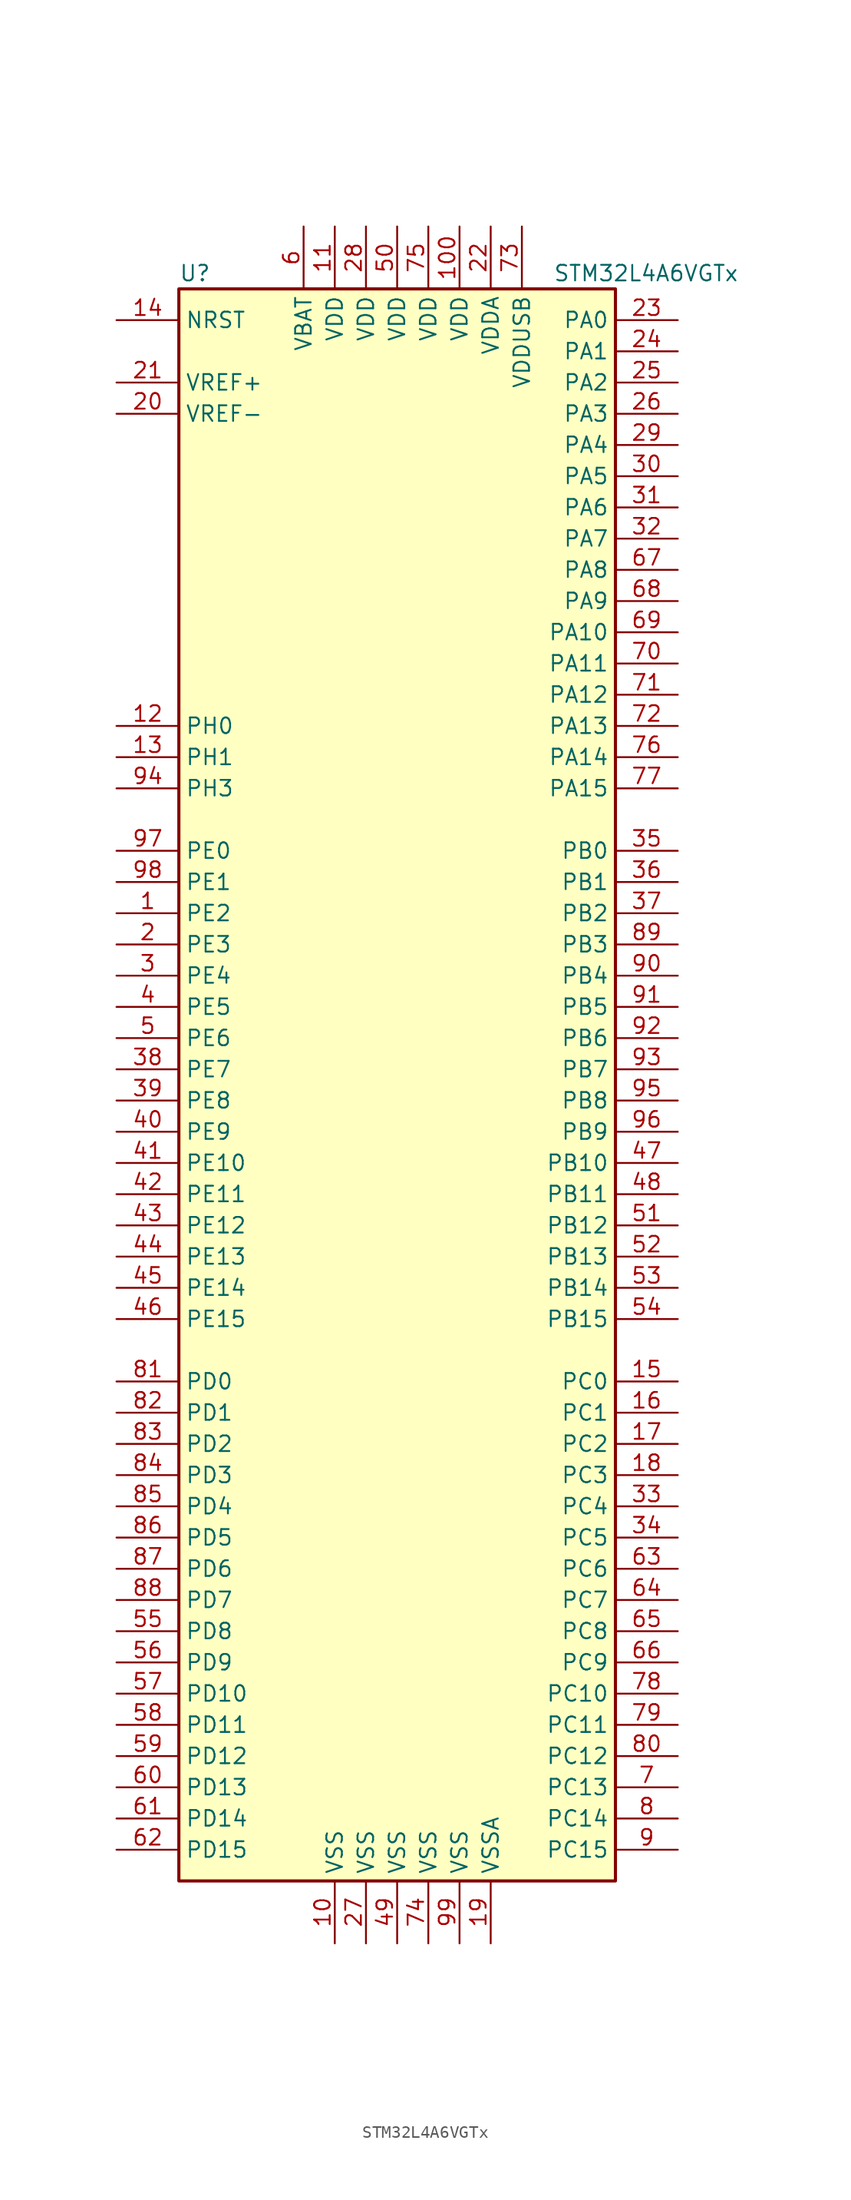
<source format=kicad_sym>
(kicad_symbol_lib
  (version 20220914)
  (generator kicad_symbol_editor)
  (symbol "STM32L4A6VGTx"
    (property "Reference" "U"
      (at -17.78 64.77 0)
      (effects (font (size 1.27 1.27)) (justify left)))
    (property "Value" "STM32L4A6VGTx"
      (at 12.7 64.77 0)
      (effects (font (size 1.27 1.27)) (justify left)))
    (symbol "STM32L4A6VGTx_0_1"
      (rectangle (start -17.78 -66.04) (end 17.78 63.5) (stroke (width 0.254) (type default)) (fill (type background))))
    (symbol "STM32L4A6VGTx_1_1"
      (pin bidirectional line (at -22.86 12.7 0) (length 5.08) (name "PE2" (effects (font (size 1.27 1.27)))) (number "1" (effects (font (size 1.27 1.27)))))
      (pin power_in line (at -5.08 -71.12 90) (length 5.08) (name "VSS" (effects (font (size 1.27 1.27)))) (number "10" (effects (font (size 1.27 1.27)))))
      (pin power_in line (at 5.08 68.58 270) (length 5.08) (name "VDD" (effects (font (size 1.27 1.27)))) (number "100" (effects (font (size 1.27 1.27)))))
      (pin power_in line (at -5.08 68.58 270) (length 5.08) (name "VDD" (effects (font (size 1.27 1.27)))) (number "11" (effects (font (size 1.27 1.27)))))
      (pin input line (at -22.86 27.94 0) (length 5.08) (name "PH0" (effects (font (size 1.27 1.27)))) (number "12" (effects (font (size 1.27 1.27)))))
      (pin input line (at -22.86 25.4 0) (length 5.08) (name "PH1" (effects (font (size 1.27 1.27)))) (number "13" (effects (font (size 1.27 1.27)))))
      (pin input line (at -22.86 60.96 0) (length 5.08) (name "NRST" (effects (font (size 1.27 1.27)))) (number "14" (effects (font (size 1.27 1.27)))))
      (pin bidirectional line (at 22.86 -25.4 180) (length 5.08) (name "PC0" (effects (font (size 1.27 1.27)))) (number "15" (effects (font (size 1.27 1.27)))))
      (pin bidirectional line (at 22.86 -27.94 180) (length 5.08) (name "PC1" (effects (font (size 1.27 1.27)))) (number "16" (effects (font (size 1.27 1.27)))))
      (pin bidirectional line (at 22.86 -30.48 180) (length 5.08) (name "PC2" (effects (font (size 1.27 1.27)))) (number "17" (effects (font (size 1.27 1.27)))))
      (pin bidirectional line (at 22.86 -33.02 180) (length 5.08) (name "PC3" (effects (font (size 1.27 1.27)))) (number "18" (effects (font (size 1.27 1.27)))))
      (pin power_in line (at 7.62 -71.12 90) (length 5.08) (name "VSSA" (effects (font (size 1.27 1.27)))) (number "19" (effects (font (size 1.27 1.27)))))
      (pin bidirectional line (at -22.86 10.16 0) (length 5.08) (name "PE3" (effects (font (size 1.27 1.27)))) (number "2" (effects (font (size 1.27 1.27)))))
      (pin power_in line (at -22.86 53.34 0) (length 5.08) (name "VREF-" (effects (font (size 1.27 1.27)))) (number "20" (effects (font (size 1.27 1.27)))))
      (pin bidirectional line (at -22.86 55.88 0) (length 5.08) (name "VREF+" (effects (font (size 1.27 1.27)))) (number "21" (effects (font (size 1.27 1.27)))))
      (pin power_in line (at 7.62 68.58 270) (length 5.08) (name "VDDA" (effects (font (size 1.27 1.27)))) (number "22" (effects (font (size 1.27 1.27)))))
      (pin bidirectional line (at 22.86 60.96 180) (length 5.08) (name "PA0" (effects (font (size 1.27 1.27)))) (number "23" (effects (font (size 1.27 1.27)))))
      (pin bidirectional line (at 22.86 58.42 180) (length 5.08) (name "PA1" (effects (font (size 1.27 1.27)))) (number "24" (effects (font (size 1.27 1.27)))))
      (pin bidirectional line (at 22.86 55.88 180) (length 5.08) (name "PA2" (effects (font (size 1.27 1.27)))) (number "25" (effects (font (size 1.27 1.27)))))
      (pin bidirectional line (at 22.86 53.34 180) (length 5.08) (name "PA3" (effects (font (size 1.27 1.27)))) (number "26" (effects (font (size 1.27 1.27)))))
      (pin power_in line (at -2.54 -71.12 90) (length 5.08) (name "VSS" (effects (font (size 1.27 1.27)))) (number "27" (effects (font (size 1.27 1.27)))))
      (pin power_in line (at -2.54 68.58 270) (length 5.08) (name "VDD" (effects (font (size 1.27 1.27)))) (number "28" (effects (font (size 1.27 1.27)))))
      (pin bidirectional line (at 22.86 50.8 180) (length 5.08) (name "PA4" (effects (font (size 1.27 1.27)))) (number "29" (effects (font (size 1.27 1.27)))))
      (pin bidirectional line (at -22.86 7.62 0) (length 5.08) (name "PE4" (effects (font (size 1.27 1.27)))) (number "3" (effects (font (size 1.27 1.27)))))
      (pin bidirectional line (at 22.86 48.26 180) (length 5.08) (name "PA5" (effects (font (size 1.27 1.27)))) (number "30" (effects (font (size 1.27 1.27)))))
      (pin bidirectional line (at 22.86 45.72 180) (length 5.08) (name "PA6" (effects (font (size 1.27 1.27)))) (number "31" (effects (font (size 1.27 1.27)))))
      (pin bidirectional line (at 22.86 43.18 180) (length 5.08) (name "PA7" (effects (font (size 1.27 1.27)))) (number "32" (effects (font (size 1.27 1.27)))))
      (pin bidirectional line (at 22.86 -35.56 180) (length 5.08) (name "PC4" (effects (font (size 1.27 1.27)))) (number "33" (effects (font (size 1.27 1.27)))))
      (pin bidirectional line (at 22.86 -38.1 180) (length 5.08) (name "PC5" (effects (font (size 1.27 1.27)))) (number "34" (effects (font (size 1.27 1.27)))))
      (pin bidirectional line (at 22.86 17.78 180) (length 5.08) (name "PB0" (effects (font (size 1.27 1.27)))) (number "35" (effects (font (size 1.27 1.27)))))
      (pin bidirectional line (at 22.86 15.24 180) (length 5.08) (name "PB1" (effects (font (size 1.27 1.27)))) (number "36" (effects (font (size 1.27 1.27)))))
      (pin bidirectional line (at 22.86 12.7 180) (length 5.08) (name "PB2" (effects (font (size 1.27 1.27)))) (number "37" (effects (font (size 1.27 1.27)))))
      (pin bidirectional line (at -22.86 0 0) (length 5.08) (name "PE7" (effects (font (size 1.27 1.27)))) (number "38" (effects (font (size 1.27 1.27)))))
      (pin bidirectional line (at -22.86 -2.54 0) (length 5.08) (name "PE8" (effects (font (size 1.27 1.27)))) (number "39" (effects (font (size 1.27 1.27)))))
      (pin bidirectional line (at -22.86 5.08 0) (length 5.08) (name "PE5" (effects (font (size 1.27 1.27)))) (number "4" (effects (font (size 1.27 1.27)))))
      (pin bidirectional line (at -22.86 -5.08 0) (length 5.08) (name "PE9" (effects (font (size 1.27 1.27)))) (number "40" (effects (font (size 1.27 1.27)))))
      (pin bidirectional line (at -22.86 -7.62 0) (length 5.08) (name "PE10" (effects (font (size 1.27 1.27)))) (number "41" (effects (font (size 1.27 1.27)))))
      (pin bidirectional line (at -22.86 -10.16 0) (length 5.08) (name "PE11" (effects (font (size 1.27 1.27)))) (number "42" (effects (font (size 1.27 1.27)))))
      (pin bidirectional line (at -22.86 -12.7 0) (length 5.08) (name "PE12" (effects (font (size 1.27 1.27)))) (number "43" (effects (font (size 1.27 1.27)))))
      (pin bidirectional line (at -22.86 -15.24 0) (length 5.08) (name "PE13" (effects (font (size 1.27 1.27)))) (number "44" (effects (font (size 1.27 1.27)))))
      (pin bidirectional line (at -22.86 -17.78 0) (length 5.08) (name "PE14" (effects (font (size 1.27 1.27)))) (number "45" (effects (font (size 1.27 1.27)))))
      (pin bidirectional line (at -22.86 -20.32 0) (length 5.08) (name "PE15" (effects (font (size 1.27 1.27)))) (number "46" (effects (font (size 1.27 1.27)))))
      (pin bidirectional line (at 22.86 -7.62 180) (length 5.08) (name "PB10" (effects (font (size 1.27 1.27)))) (number "47" (effects (font (size 1.27 1.27)))))
      (pin bidirectional line (at 22.86 -10.16 180) (length 5.08) (name "PB11" (effects (font (size 1.27 1.27)))) (number "48" (effects (font (size 1.27 1.27)))))
      (pin power_in line (at 0 -71.12 90) (length 5.08) (name "VSS" (effects (font (size 1.27 1.27)))) (number "49" (effects (font (size 1.27 1.27)))))
      (pin bidirectional line (at -22.86 2.54 0) (length 5.08) (name "PE6" (effects (font (size 1.27 1.27)))) (number "5" (effects (font (size 1.27 1.27)))))
      (pin power_in line (at 0 68.58 270) (length 5.08) (name "VDD" (effects (font (size 1.27 1.27)))) (number "50" (effects (font (size 1.27 1.27)))))
      (pin bidirectional line (at 22.86 -12.7 180) (length 5.08) (name "PB12" (effects (font (size 1.27 1.27)))) (number "51" (effects (font (size 1.27 1.27)))))
      (pin bidirectional line (at 22.86 -15.24 180) (length 5.08) (name "PB13" (effects (font (size 1.27 1.27)))) (number "52" (effects (font (size 1.27 1.27)))))
      (pin bidirectional line (at 22.86 -17.78 180) (length 5.08) (name "PB14" (effects (font (size 1.27 1.27)))) (number "53" (effects (font (size 1.27 1.27)))))
      (pin bidirectional line (at 22.86 -20.32 180) (length 5.08) (name "PB15" (effects (font (size 1.27 1.27)))) (number "54" (effects (font (size 1.27 1.27)))))
      (pin bidirectional line (at -22.86 -45.72 0) (length 5.08) (name "PD8" (effects (font (size 1.27 1.27)))) (number "55" (effects (font (size 1.27 1.27)))))
      (pin bidirectional line (at -22.86 -48.26 0) (length 5.08) (name "PD9" (effects (font (size 1.27 1.27)))) (number "56" (effects (font (size 1.27 1.27)))))
      (pin bidirectional line (at -22.86 -50.8 0) (length 5.08) (name "PD10" (effects (font (size 1.27 1.27)))) (number "57" (effects (font (size 1.27 1.27)))))
      (pin bidirectional line (at -22.86 -53.34 0) (length 5.08) (name "PD11" (effects (font (size 1.27 1.27)))) (number "58" (effects (font (size 1.27 1.27)))))
      (pin bidirectional line (at -22.86 -55.88 0) (length 5.08) (name "PD12" (effects (font (size 1.27 1.27)))) (number "59" (effects (font (size 1.27 1.27)))))
      (pin power_in line (at -7.62 68.58 270) (length 5.08) (name "VBAT" (effects (font (size 1.27 1.27)))) (number "6" (effects (font (size 1.27 1.27)))))
      (pin bidirectional line (at -22.86 -58.42 0) (length 5.08) (name "PD13" (effects (font (size 1.27 1.27)))) (number "60" (effects (font (size 1.27 1.27)))))
      (pin bidirectional line (at -22.86 -60.96 0) (length 5.08) (name "PD14" (effects (font (size 1.27 1.27)))) (number "61" (effects (font (size 1.27 1.27)))))
      (pin bidirectional line (at -22.86 -63.5 0) (length 5.08) (name "PD15" (effects (font (size 1.27 1.27)))) (number "62" (effects (font (size 1.27 1.27)))))
      (pin bidirectional line (at 22.86 -40.64 180) (length 5.08) (name "PC6" (effects (font (size 1.27 1.27)))) (number "63" (effects (font (size 1.27 1.27)))))
      (pin bidirectional line (at 22.86 -43.18 180) (length 5.08) (name "PC7" (effects (font (size 1.27 1.27)))) (number "64" (effects (font (size 1.27 1.27)))))
      (pin bidirectional line (at 22.86 -45.72 180) (length 5.08) (name "PC8" (effects (font (size 1.27 1.27)))) (number "65" (effects (font (size 1.27 1.27)))))
      (pin bidirectional line (at 22.86 -48.26 180) (length 5.08) (name "PC9" (effects (font (size 1.27 1.27)))) (number "66" (effects (font (size 1.27 1.27)))))
      (pin bidirectional line (at 22.86 40.64 180) (length 5.08) (name "PA8" (effects (font (size 1.27 1.27)))) (number "67" (effects (font (size 1.27 1.27)))))
      (pin bidirectional line (at 22.86 38.1 180) (length 5.08) (name "PA9" (effects (font (size 1.27 1.27)))) (number "68" (effects (font (size 1.27 1.27)))))
      (pin bidirectional line (at 22.86 35.56 180) (length 5.08) (name "PA10" (effects (font (size 1.27 1.27)))) (number "69" (effects (font (size 1.27 1.27)))))
      (pin bidirectional line (at 22.86 -58.42 180) (length 5.08) (name "PC13" (effects (font (size 1.27 1.27)))) (number "7" (effects (font (size 1.27 1.27)))))
      (pin bidirectional line (at 22.86 33.02 180) (length 5.08) (name "PA11" (effects (font (size 1.27 1.27)))) (number "70" (effects (font (size 1.27 1.27)))))
      (pin bidirectional line (at 22.86 30.48 180) (length 5.08) (name "PA12" (effects (font (size 1.27 1.27)))) (number "71" (effects (font (size 1.27 1.27)))))
      (pin bidirectional line (at 22.86 27.94 180) (length 5.08) (name "PA13" (effects (font (size 1.27 1.27)))) (number "72" (effects (font (size 1.27 1.27)))))
      (pin power_in line (at 10.16 68.58 270) (length 5.08) (name "VDDUSB" (effects (font (size 1.27 1.27)))) (number "73" (effects (font (size 1.27 1.27)))))
      (pin power_in line (at 2.54 -71.12 90) (length 5.08) (name "VSS" (effects (font (size 1.27 1.27)))) (number "74" (effects (font (size 1.27 1.27)))))
      (pin power_in line (at 2.54 68.58 270) (length 5.08) (name "VDD" (effects (font (size 1.27 1.27)))) (number "75" (effects (font (size 1.27 1.27)))))
      (pin bidirectional line (at 22.86 25.4 180) (length 5.08) (name "PA14" (effects (font (size 1.27 1.27)))) (number "76" (effects (font (size 1.27 1.27)))))
      (pin bidirectional line (at 22.86 22.86 180) (length 5.08) (name "PA15" (effects (font (size 1.27 1.27)))) (number "77" (effects (font (size 1.27 1.27)))))
      (pin bidirectional line (at 22.86 -50.8 180) (length 5.08) (name "PC10" (effects (font (size 1.27 1.27)))) (number "78" (effects (font (size 1.27 1.27)))))
      (pin bidirectional line (at 22.86 -53.34 180) (length 5.08) (name "PC11" (effects (font (size 1.27 1.27)))) (number "79" (effects (font (size 1.27 1.27)))))
      (pin bidirectional line (at 22.86 -60.96 180) (length 5.08) (name "PC14" (effects (font (size 1.27 1.27)))) (number "8" (effects (font (size 1.27 1.27)))))
      (pin bidirectional line (at 22.86 -55.88 180) (length 5.08) (name "PC12" (effects (font (size 1.27 1.27)))) (number "80" (effects (font (size 1.27 1.27)))))
      (pin bidirectional line (at -22.86 -25.4 0) (length 5.08) (name "PD0" (effects (font (size 1.27 1.27)))) (number "81" (effects (font (size 1.27 1.27)))))
      (pin bidirectional line (at -22.86 -27.94 0) (length 5.08) (name "PD1" (effects (font (size 1.27 1.27)))) (number "82" (effects (font (size 1.27 1.27)))))
      (pin bidirectional line (at -22.86 -30.48 0) (length 5.08) (name "PD2" (effects (font (size 1.27 1.27)))) (number "83" (effects (font (size 1.27 1.27)))))
      (pin bidirectional line (at -22.86 -33.02 0) (length 5.08) (name "PD3" (effects (font (size 1.27 1.27)))) (number "84" (effects (font (size 1.27 1.27)))))
      (pin bidirectional line (at -22.86 -35.56 0) (length 5.08) (name "PD4" (effects (font (size 1.27 1.27)))) (number "85" (effects (font (size 1.27 1.27)))))
      (pin bidirectional line (at -22.86 -38.1 0) (length 5.08) (name "PD5" (effects (font (size 1.27 1.27)))) (number "86" (effects (font (size 1.27 1.27)))))
      (pin bidirectional line (at -22.86 -40.64 0) (length 5.08) (name "PD6" (effects (font (size 1.27 1.27)))) (number "87" (effects (font (size 1.27 1.27)))))
      (pin bidirectional line (at -22.86 -43.18 0) (length 5.08) (name "PD7" (effects (font (size 1.27 1.27)))) (number "88" (effects (font (size 1.27 1.27)))))
      (pin bidirectional line (at 22.86 10.16 180) (length 5.08) (name "PB3" (effects (font (size 1.27 1.27)))) (number "89" (effects (font (size 1.27 1.27)))))
      (pin bidirectional line (at 22.86 -63.5 180) (length 5.08) (name "PC15" (effects (font (size 1.27 1.27)))) (number "9" (effects (font (size 1.27 1.27)))))
      (pin bidirectional line (at 22.86 7.62 180) (length 5.08) (name "PB4" (effects (font (size 1.27 1.27)))) (number "90" (effects (font (size 1.27 1.27)))))
      (pin bidirectional line (at 22.86 5.08 180) (length 5.08) (name "PB5" (effects (font (size 1.27 1.27)))) (number "91" (effects (font (size 1.27 1.27)))))
      (pin bidirectional line (at 22.86 2.54 180) (length 5.08) (name "PB6" (effects (font (size 1.27 1.27)))) (number "92" (effects (font (size 1.27 1.27)))))
      (pin bidirectional line (at 22.86 0 180) (length 5.08) (name "PB7" (effects (font (size 1.27 1.27)))) (number "93" (effects (font (size 1.27 1.27)))))
      (pin bidirectional line (at -22.86 22.86 0) (length 5.08) (name "PH3" (effects (font (size 1.27 1.27)))) (number "94" (effects (font (size 1.27 1.27)))))
      (pin bidirectional line (at 22.86 -2.54 180) (length 5.08) (name "PB8" (effects (font (size 1.27 1.27)))) (number "95" (effects (font (size 1.27 1.27)))))
      (pin bidirectional line (at 22.86 -5.08 180) (length 5.08) (name "PB9" (effects (font (size 1.27 1.27)))) (number "96" (effects (font (size 1.27 1.27)))))
      (pin bidirectional line (at -22.86 17.78 0) (length 5.08) (name "PE0" (effects (font (size 1.27 1.27)))) (number "97" (effects (font (size 1.27 1.27)))))
      (pin bidirectional line (at -22.86 15.24 0) (length 5.08) (name "PE1" (effects (font (size 1.27 1.27)))) (number "98" (effects (font (size 1.27 1.27)))))
      (pin power_in line (at 5.08 -71.12 90) (length 5.08) (name "VSS" (effects (font (size 1.27 1.27)))) (number "99" (effects (font (size 1.27 1.27))))))))
</source>
